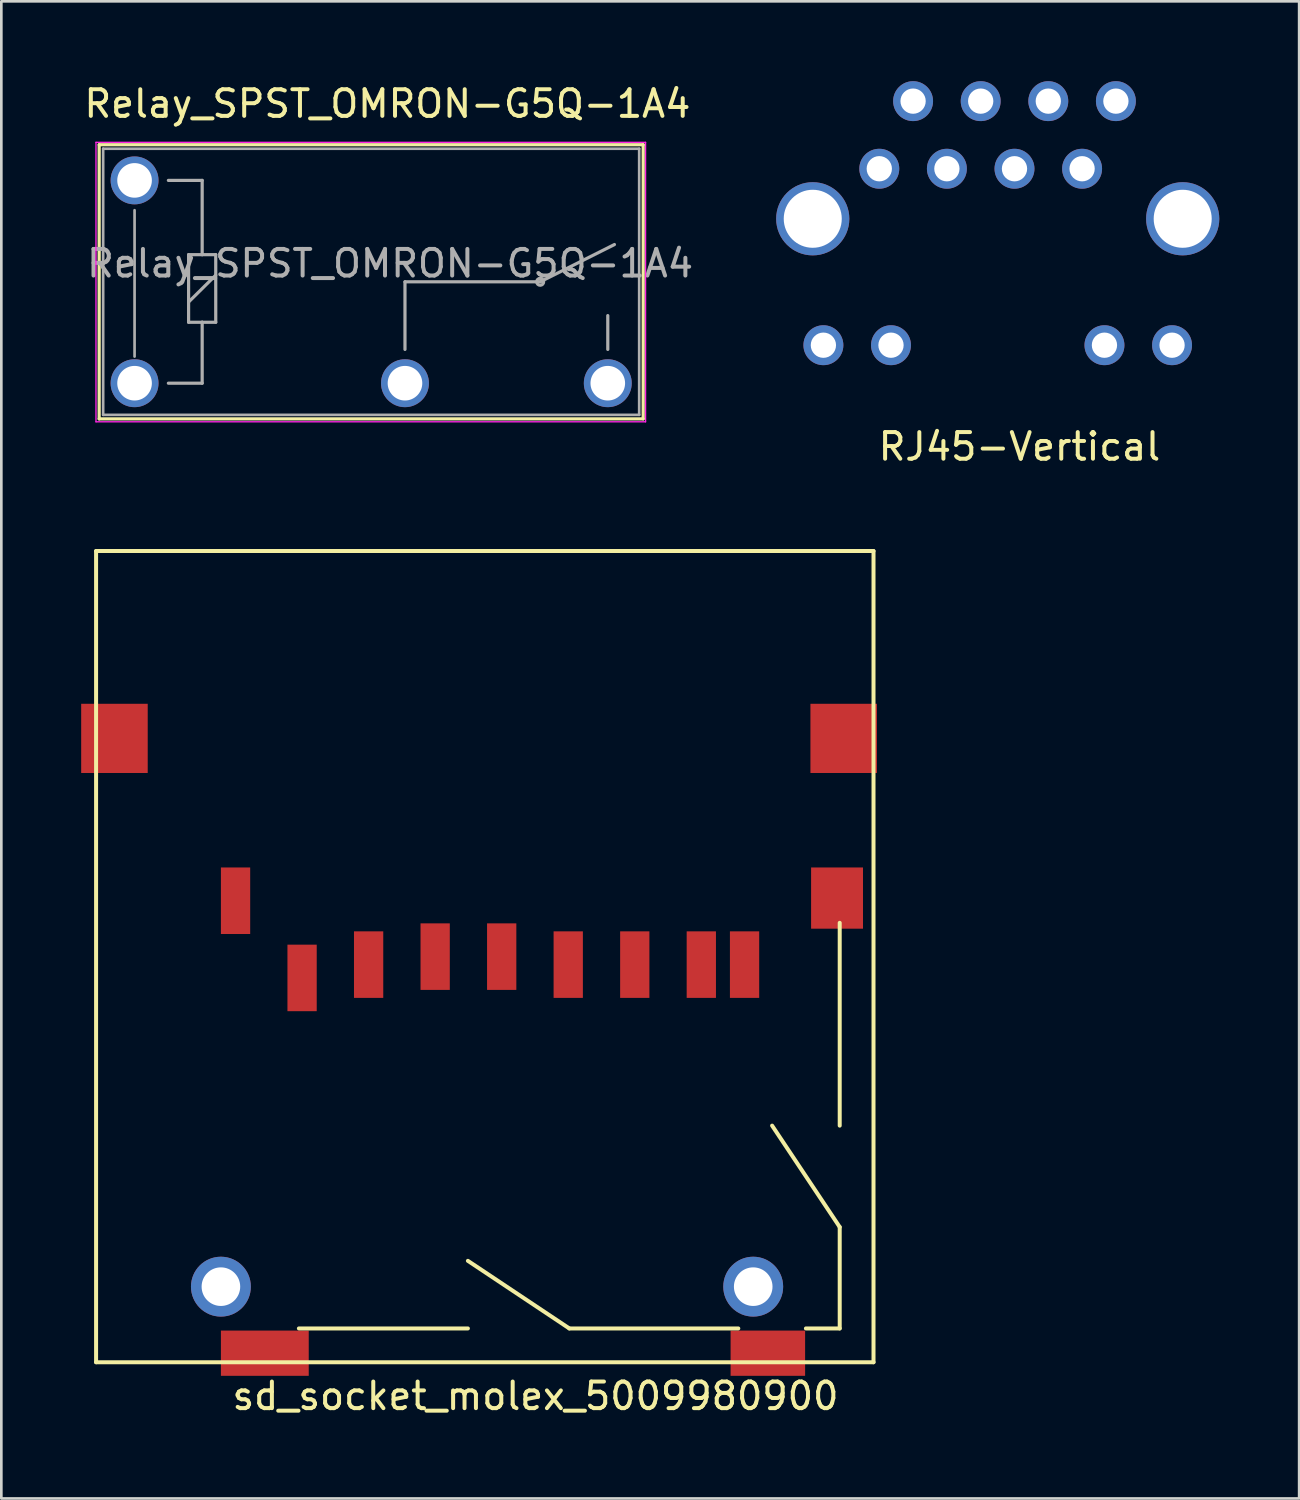
<source format=kicad_pcb>
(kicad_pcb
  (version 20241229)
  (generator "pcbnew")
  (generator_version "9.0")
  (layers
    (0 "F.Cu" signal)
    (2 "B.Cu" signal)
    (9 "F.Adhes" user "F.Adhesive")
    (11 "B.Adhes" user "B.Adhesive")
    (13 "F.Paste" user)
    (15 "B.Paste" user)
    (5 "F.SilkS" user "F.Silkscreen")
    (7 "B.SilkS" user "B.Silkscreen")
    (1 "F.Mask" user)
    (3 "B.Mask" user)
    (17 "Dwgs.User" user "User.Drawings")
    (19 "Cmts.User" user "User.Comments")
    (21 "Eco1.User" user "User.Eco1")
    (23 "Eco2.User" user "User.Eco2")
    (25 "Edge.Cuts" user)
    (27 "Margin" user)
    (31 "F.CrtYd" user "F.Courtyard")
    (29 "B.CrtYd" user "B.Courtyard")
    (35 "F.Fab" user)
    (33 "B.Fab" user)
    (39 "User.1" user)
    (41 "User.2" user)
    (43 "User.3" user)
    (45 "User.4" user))
  (footprint "Relay_SPST_OMRON-G5Q-1A4"
    (layer "F.Cu")
    (at 2.006 11.348)
    (property "Reference" "Relay_SPST_OMRON-G5Q-1A4" (at 9.5 -10.5 180) (layer "F.SilkS") (effects (font (size 1 1) (thickness 0.15))))
    (attr through_hole)
    (fp_line (start -1.33 -8.96) (end 19.11 -8.96) (stroke (width 0.12) (type solid)) (layer "F.SilkS"))
    (fp_line (start -1.33 1.34) (end -1.33 -8.96) (stroke (width 0.12) (type solid)) (layer "F.SilkS"))
    (fp_line (start -1.33 1.34) (end 19.11 1.34) (stroke (width 0.12) (type solid)) (layer "F.SilkS"))
    (fp_line (start 19.11 1.34) (end 19.11 -8.96) (stroke (width 0.12) (type solid)) (layer "F.SilkS"))
    (fp_line (start -1.45 -9.05) (end 19.2 -9.05) (stroke (width 0.05) (type solid)) (layer "F.CrtYd"))
    (fp_line (start -1.45 1.45) (end -1.45 -9.05) (stroke (width 0.05) (type solid)) (layer "F.CrtYd"))
    (fp_line (start 19.2 -9.05) (end 19.2 1.45) (stroke (width 0.05) (type solid)) (layer "F.CrtYd"))
    (fp_line (start 19.2 1.45) (end -1.45 1.45) (stroke (width 0.05) (type solid)) (layer "F.CrtYd"))
    (fp_line (start -1.18 -8.81) (end 18.96 -8.81) (stroke (width 0.1) (type solid)) (layer "F.Fab"))
    (fp_line (start -1.18 1.19) (end -1.18 -8.81) (stroke (width 0.1) (type solid)) (layer "F.Fab"))
    (fp_line (start 0 -1) (end 0 -6.5) (stroke (width 0.1) (type solid)) (layer "F.Fab"))
    (fp_line (start 1.27 0) (end 2.54 0) (stroke (width 0.12) (type solid)) (layer "F.Fab"))
    (fp_line (start 2.03 -4.83) (end 2.54 -4.83) (stroke (width 0.12) (type solid)) (layer "F.Fab"))
    (fp_line (start 2.03 -3.05) (end 3.05 -4.06) (stroke (width 0.12) (type solid)) (layer "F.Fab"))
    (fp_line (start 2.03 -2.29) (end 2.03 -4.83) (stroke (width 0.12) (type solid)) (layer "F.Fab"))
    (fp_line (start 2.54 -7.62) (end 1.27 -7.62) (stroke (width 0.12) (type solid)) (layer "F.Fab"))
    (fp_line (start 2.54 -4.83) (end 2.54 -7.62) (stroke (width 0.12) (type solid)) (layer "F.Fab"))
    (fp_line (start 2.54 -4.83) (end 3.05 -4.83) (stroke (width 0.12) (type solid)) (layer "F.Fab"))
    (fp_line (start 2.54 -2.29) (end 2.03 -2.29) (stroke (width 0.12) (type solid)) (layer "F.Fab"))
    (fp_line (start 2.54 0) (end 2.54 -2.29) (stroke (width 0.12) (type solid)) (layer "F.Fab"))
    (fp_line (start 3.05 -4.83) (end 3.05 -2.29) (stroke (width 0.12) (type solid)) (layer "F.Fab"))
    (fp_line (start 3.05 -2.29) (end 2.54 -2.29) (stroke (width 0.12) (type solid)) (layer "F.Fab"))
    (fp_line (start 10.16 -3.81) (end 15.24 -3.81) (stroke (width 0.12) (type solid)) (layer "F.Fab"))
    (fp_line (start 10.16 -1.27) (end 10.16 -3.81) (stroke (width 0.12) (type solid)) (layer "F.Fab"))
    (fp_line (start 15.24 -3.81) (end 18.03 -5.21) (stroke (width 0.12) (type solid)) (layer "F.Fab"))
    (fp_line (start 17.78 -1.27) (end 17.78 -2.54) (stroke (width 0.12) (type solid)) (layer "F.Fab"))
    (fp_line (start 18.96 -8.81) (end 18.96 1.19) (stroke (width 0.1) (type solid)) (layer "F.Fab"))
    (fp_line (start 18.96 1.19) (end -1.18 1.19) (stroke (width 0.1) (type solid)) (layer "F.Fab"))
    (fp_circle (center 15.24 -3.81) (end 15.24 -3.68) (stroke (width 0.12) (type solid)) (fill no) (layer "F.Fab"))
    (fp_text user "${REFERENCE}" (at 9.6 -4.5 0) (layer "F.Fab") (effects (font (size 1 1) (thickness 0.15))))
    (pad "1" thru_hole circle (at 0 0 180) (size 1.8 1.8) (drill 1.3) (layers "*.Cu" "*.Mask"))
    (pad "2" thru_hole circle (at 10.16 0 180) (size 1.8 1.8) (drill 1.3) (layers "*.Cu" "*.Mask"))
    (pad "3" thru_hole circle (at 17.78 0 180) (size 1.8 1.8) (drill 1.3) (layers "*.Cu" "*.Mask"))
    (pad "5" thru_hole circle (at 0 -7.62 180) (size 1.8 1.8) (drill 1.3) (layers "*.Cu" "*.Mask")))
  (footprint "RJ45-Vertical"
    (layer "F.Cu")
    (at 27.887 9.92)
    (property "Reference" "RJ45-Vertical" (at 7.366 3.81 0) (layer "F.SilkS") (effects (font (size 1 1) (thickness 0.15))))
    (attr through_hole)
    (pad "1" thru_hole circle (at 2.1 -6.63) (size 1.5 1.5) (drill 0.95) (layers "*.Cu" "*.Mask"))
    (pad "2" thru_hole circle (at 3.37 -9.17) (size 1.5 1.5) (drill 0.95) (layers "*.Cu" "*.Mask"))
    (pad "3" thru_hole circle (at 4.64 -6.63) (size 1.5 1.5) (drill 0.95) (layers "*.Cu" "*.Mask"))
    (pad "4" thru_hole circle (at 5.91 -9.17) (size 1.5 1.5) (drill 0.95) (layers "*.Cu" "*.Mask"))
    (pad "5" thru_hole circle (at 7.18 -6.63) (size 1.5 1.5) (drill 0.95) (layers "*.Cu" "*.Mask"))
    (pad "6" thru_hole circle (at 8.45 -9.17) (size 1.5 1.5) (drill 0.95) (layers "*.Cu" "*.Mask" "F.Paste"))
    (pad "7" thru_hole circle (at 9.72 -6.63) (size 1.5 1.5) (drill 0.95) (layers "*.Cu" "*.Mask"))
    (pad "8" thru_hole circle (at 10.99 -9.17) (size 1.5 1.5) (drill 0.95) (layers "*.Cu" "*.Mask"))
    (pad "9" thru_hole circle (at 13.1 0) (size 1.5 1.5) (drill 0.95) (layers "*.Cu" "*.Mask"))
    (pad "10" thru_hole circle (at 10.56 0) (size 1.5 1.5) (drill 0.95) (layers "*.Cu" "*.Mask"))
    (pad "11" thru_hole circle (at 2.54 0) (size 1.5 1.5) (drill 0.95) (layers "*.Cu" "*.Mask"))
    (pad "12" thru_hole circle (at 0 0) (size 1.5 1.5) (drill 0.95) (layers "*.Cu" "*.Mask"))
    (pad "13" thru_hole circle (at -0.4 -4.75) (size 2.75 2.75) (drill 2.18) (layers "*.Cu" "*.Mask"))
    (pad "14" thru_hole circle (at 13.5 -4.75) (size 2.75 2.75) (drill 2.18) (layers "*.Cu" "*.Mask")))
  (footprint "sd_socket_molex_5009980900"
    (layer "F.Cu")
    (at 15.8 32.893)
    (property "Reference" "sd_socket_molex_5009980900" (at 1.27 16.51 0) (layer "F.SilkS") (effects (font (size 1 1) (thickness 0.15))))
    (attr through_hole)
    (fp_line (start -15.24 -15.24) (end -15.24 15.24) (stroke (width 0.15) (type solid)) (layer "F.SilkS"))
    (fp_line (start -15.24 15.24) (end 13.97 15.24) (stroke (width 0.15) (type solid)) (layer "F.SilkS"))
    (fp_line (start -7.62 13.97) (end -1.27 13.97) (stroke (width 0.15) (type solid)) (layer "F.SilkS"))
    (fp_line (start -6.35 -15.24) (end -15.24 -15.24) (stroke (width 0.15) (type solid)) (layer "F.SilkS"))
    (fp_line (start 2.54 13.97) (end -1.27 11.43) (stroke (width 0.15) (type solid)) (layer "F.SilkS"))
    (fp_line (start 8.89 13.97) (end 2.54 13.97) (stroke (width 0.15) (type solid)) (layer "F.SilkS"))
    (fp_line (start 10.16 -15.24) (end -6.35 -15.24) (stroke (width 0.15) (type solid)) (layer "F.SilkS"))
    (fp_line (start 11.43 13.97) (end 12.7 13.97) (stroke (width 0.15) (type solid)) (layer "F.SilkS"))
    (fp_line (start 12.7 -1.27) (end 12.7 6.35) (stroke (width 0.15) (type solid)) (layer "F.SilkS"))
    (fp_line (start 12.7 10.16) (end 10.16 6.35) (stroke (width 0.15) (type solid)) (layer "F.SilkS"))
    (fp_line (start 12.7 13.97) (end 12.7 10.16) (stroke (width 0.15) (type solid)) (layer "F.SilkS"))
    (fp_line (start 13.97 -15.24) (end 10.16 -15.24) (stroke (width 0.15) (type solid)) (layer "F.SilkS"))
    (fp_line (start 13.97 15.24) (end 13.97 -15.24) (stroke (width 0.15) (type solid)) (layer "F.SilkS"))
    (pad "" smd rect (at -14.55 -8.2) (size 2.5 2.6) (layers "F.Cu" "F.Mask" "F.Paste"))
    (pad "" thru_hole circle (at -10.55 12.4) (size 2.25 2.25) (drill 1.45) (layers "*.Cu" "*.Mask"))
    (pad "" thru_hole circle (at 9.45 12.4) (size 2.25 2.25) (drill 1.45) (layers "*.Cu" "*.Mask"))
    (pad "" smd rect (at 12.85 -8.2) (size 2.5 2.6) (layers "F.Cu" "F.Mask" "F.Paste"))
    (pad "1" smd rect (at -7.5 0.8) (size 1.1 2.5) (layers "F.Cu" "F.Mask" "F.Paste"))
    (pad "2" smd rect (at -5 0.3) (size 1.1 2.5) (layers "F.Cu" "F.Mask" "F.Paste"))
    (pad "3" smd rect (at -2.5 0) (size 1.1 2.5) (layers "F.Cu" "F.Mask" "F.Paste"))
    (pad "4" smd rect (at 0 0) (size 1.1 2.5) (layers "F.Cu" "F.Mask" "F.Paste"))
    (pad "5" smd rect (at 2.5 0.3) (size 1.1 2.5) (layers "F.Cu" "F.Mask" "F.Paste"))
    (pad "6" smd rect (at 5 0.3) (size 1.1 2.5) (layers "F.Cu" "F.Mask" "F.Paste"))
    (pad "7" smd rect (at 7.5 0.3) (size 1.1 2.5) (layers "F.Cu" "F.Mask" "F.Paste"))
    (pad "8" smd rect (at 9.125 0.3) (size 1.1 2.5) (layers "F.Cu" "F.Mask" "F.Paste"))
    (pad "9" smd rect (at -10 -2.1) (size 1.1 2.5) (layers "F.Cu" "F.Mask" "F.Paste"))
    (pad "10" smd rect (at 10 14.9) (size 2.8 1.7) (layers "F.Cu" "F.Mask" "F.Paste"))
    (pad "11" smd rect (at 12.6 -2.2) (size 1.95 2.3) (layers "F.Cu" "F.Mask" "F.Paste"))
    (pad "12" smd rect (at -8.9 14.9) (size 3.3 1.7) (layers "F.Cu" "F.Mask" "F.Paste")))
  (gr_rect
    (start -3 -3)
    (end 45.762 53.252)
    (stroke (width 0.1) (type default))
    (fill no)
    (layer "Edge.Cuts")))
</source>
